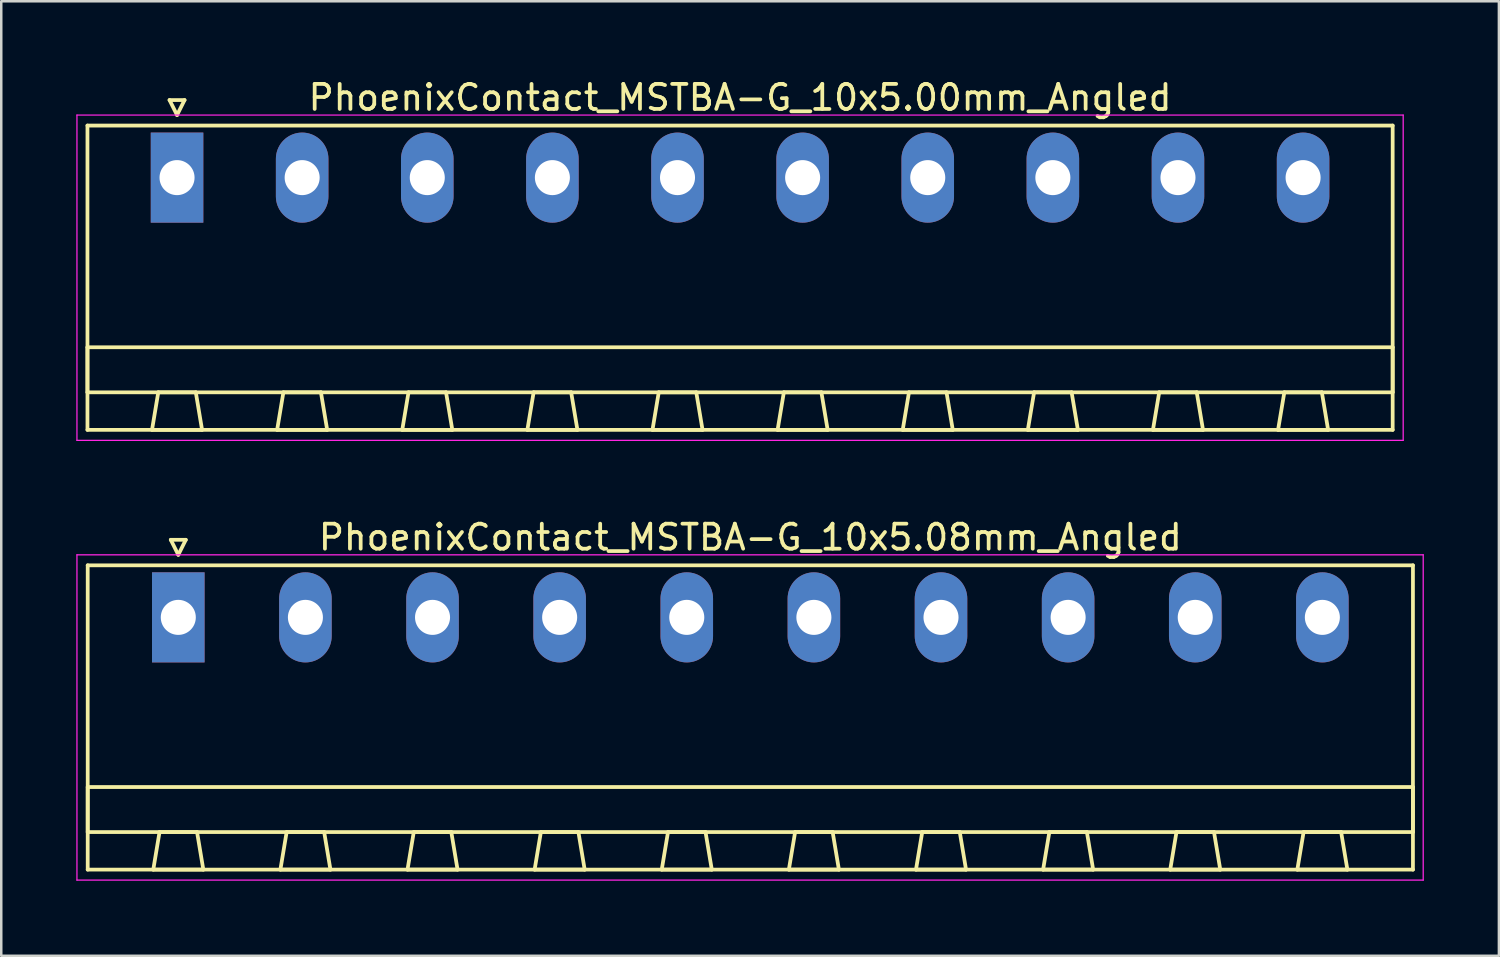
<source format=kicad_pcb>
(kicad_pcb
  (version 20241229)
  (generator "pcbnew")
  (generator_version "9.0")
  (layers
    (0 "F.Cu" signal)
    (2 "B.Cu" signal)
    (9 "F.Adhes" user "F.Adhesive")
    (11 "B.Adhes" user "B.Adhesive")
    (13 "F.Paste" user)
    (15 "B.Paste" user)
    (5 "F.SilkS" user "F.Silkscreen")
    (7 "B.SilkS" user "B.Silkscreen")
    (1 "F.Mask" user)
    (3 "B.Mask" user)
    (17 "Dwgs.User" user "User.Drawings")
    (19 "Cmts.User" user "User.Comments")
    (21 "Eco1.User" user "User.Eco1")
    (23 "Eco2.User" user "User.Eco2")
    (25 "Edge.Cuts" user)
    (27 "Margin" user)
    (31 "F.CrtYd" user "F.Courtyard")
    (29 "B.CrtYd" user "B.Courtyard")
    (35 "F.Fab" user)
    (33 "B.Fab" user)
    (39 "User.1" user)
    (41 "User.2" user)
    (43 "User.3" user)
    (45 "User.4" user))
  (footprint "PhoenixContact_MSTBA-G_10x5.00mm_Angled"
    (layer "F.Cu")
    (at 4.025 4.048)
    (property "Reference" "PhoenixContact_MSTBA-G_10x5.00mm_Angled" (at 22.5 -3.2 0) (layer "F.SilkS") (effects (font (size 1 1) (thickness 0.15))))
    (attr through_hole)
    (fp_line (start -3.58 -2.08) (end -3.58 10.08) (stroke (width 0.15) (type solid)) (layer "F.SilkS"))
    (fp_line (start -3.58 6.78) (end 48.58 6.78) (stroke (width 0.15) (type solid)) (layer "F.SilkS"))
    (fp_line (start -3.58 8.58) (end -3.58 6.78) (stroke (width 0.15) (type solid)) (layer "F.SilkS"))
    (fp_line (start -3.58 10.08) (end 48.58 10.08) (stroke (width 0.15) (type solid)) (layer "F.SilkS"))
    (fp_line (start -1 10.08) (end 1 10.08) (stroke (width 0.15) (type solid)) (layer "F.SilkS"))
    (fp_line (start -0.75 8.58) (end -1 10.08) (stroke (width 0.15) (type solid)) (layer "F.SilkS"))
    (fp_line (start -0.3 -3.1) (end 0 -2.5) (stroke (width 0.15) (type solid)) (layer "F.SilkS"))
    (fp_line (start 0 -2.5) (end 0.3 -3.1) (stroke (width 0.15) (type solid)) (layer "F.SilkS"))
    (fp_line (start 0.3 -3.1) (end -0.3 -3.1) (stroke (width 0.15) (type solid)) (layer "F.SilkS"))
    (fp_line (start 0.75 8.58) (end -0.75 8.58) (stroke (width 0.15) (type solid)) (layer "F.SilkS"))
    (fp_line (start 1 10.08) (end 0.75 8.58) (stroke (width 0.15) (type solid)) (layer "F.SilkS"))
    (fp_line (start 4 10.08) (end 6 10.08) (stroke (width 0.15) (type solid)) (layer "F.SilkS"))
    (fp_line (start 4.25 8.58) (end 4 10.08) (stroke (width 0.15) (type solid)) (layer "F.SilkS"))
    (fp_line (start 5.75 8.58) (end 4.25 8.58) (stroke (width 0.15) (type solid)) (layer "F.SilkS"))
    (fp_line (start 6 10.08) (end 5.75 8.58) (stroke (width 0.15) (type solid)) (layer "F.SilkS"))
    (fp_line (start 9 10.08) (end 11 10.08) (stroke (width 0.15) (type solid)) (layer "F.SilkS"))
    (fp_line (start 9.25 8.58) (end 9 10.08) (stroke (width 0.15) (type solid)) (layer "F.SilkS"))
    (fp_line (start 10.75 8.58) (end 9.25 8.58) (stroke (width 0.15) (type solid)) (layer "F.SilkS"))
    (fp_line (start 11 10.08) (end 10.75 8.58) (stroke (width 0.15) (type solid)) (layer "F.SilkS"))
    (fp_line (start 14 10.08) (end 16 10.08) (stroke (width 0.15) (type solid)) (layer "F.SilkS"))
    (fp_line (start 14.25 8.58) (end 14 10.08) (stroke (width 0.15) (type solid)) (layer "F.SilkS"))
    (fp_line (start 15.75 8.58) (end 14.25 8.58) (stroke (width 0.15) (type solid)) (layer "F.SilkS"))
    (fp_line (start 16 10.08) (end 15.75 8.58) (stroke (width 0.15) (type solid)) (layer "F.SilkS"))
    (fp_line (start 19 10.08) (end 21 10.08) (stroke (width 0.15) (type solid)) (layer "F.SilkS"))
    (fp_line (start 19.25 8.58) (end 19 10.08) (stroke (width 0.15) (type solid)) (layer "F.SilkS"))
    (fp_line (start 20.75 8.58) (end 19.25 8.58) (stroke (width 0.15) (type solid)) (layer "F.SilkS"))
    (fp_line (start 21 10.08) (end 20.75 8.58) (stroke (width 0.15) (type solid)) (layer "F.SilkS"))
    (fp_line (start 24 10.08) (end 26 10.08) (stroke (width 0.15) (type solid)) (layer "F.SilkS"))
    (fp_line (start 24.25 8.58) (end 24 10.08) (stroke (width 0.15) (type solid)) (layer "F.SilkS"))
    (fp_line (start 25.75 8.58) (end 24.25 8.58) (stroke (width 0.15) (type solid)) (layer "F.SilkS"))
    (fp_line (start 26 10.08) (end 25.75 8.58) (stroke (width 0.15) (type solid)) (layer "F.SilkS"))
    (fp_line (start 29 10.08) (end 31 10.08) (stroke (width 0.15) (type solid)) (layer "F.SilkS"))
    (fp_line (start 29.25 8.58) (end 29 10.08) (stroke (width 0.15) (type solid)) (layer "F.SilkS"))
    (fp_line (start 30.75 8.58) (end 29.25 8.58) (stroke (width 0.15) (type solid)) (layer "F.SilkS"))
    (fp_line (start 31 10.08) (end 30.75 8.58) (stroke (width 0.15) (type solid)) (layer "F.SilkS"))
    (fp_line (start 34 10.08) (end 36 10.08) (stroke (width 0.15) (type solid)) (layer "F.SilkS"))
    (fp_line (start 34.25 8.58) (end 34 10.08) (stroke (width 0.15) (type solid)) (layer "F.SilkS"))
    (fp_line (start 35.75 8.58) (end 34.25 8.58) (stroke (width 0.15) (type solid)) (layer "F.SilkS"))
    (fp_line (start 36 10.08) (end 35.75 8.58) (stroke (width 0.15) (type solid)) (layer "F.SilkS"))
    (fp_line (start 39 10.08) (end 41 10.08) (stroke (width 0.15) (type solid)) (layer "F.SilkS"))
    (fp_line (start 39.25 8.58) (end 39 10.08) (stroke (width 0.15) (type solid)) (layer "F.SilkS"))
    (fp_line (start 40.75 8.58) (end 39.25 8.58) (stroke (width 0.15) (type solid)) (layer "F.SilkS"))
    (fp_line (start 41 10.08) (end 40.75 8.58) (stroke (width 0.15) (type solid)) (layer "F.SilkS"))
    (fp_line (start 44 10.08) (end 46 10.08) (stroke (width 0.15) (type solid)) (layer "F.SilkS"))
    (fp_line (start 44.25 8.58) (end 44 10.08) (stroke (width 0.15) (type solid)) (layer "F.SilkS"))
    (fp_line (start 45.75 8.58) (end 44.25 8.58) (stroke (width 0.15) (type solid)) (layer "F.SilkS"))
    (fp_line (start 46 10.08) (end 45.75 8.58) (stroke (width 0.15) (type solid)) (layer "F.SilkS"))
    (fp_line (start 48.58 -2.08) (end -3.58 -2.08) (stroke (width 0.15) (type solid)) (layer "F.SilkS"))
    (fp_line (start 48.58 6.78) (end 48.58 8.58) (stroke (width 0.15) (type solid)) (layer "F.SilkS"))
    (fp_line (start 48.58 8.58) (end -3.58 8.58) (stroke (width 0.15) (type solid)) (layer "F.SilkS"))
    (fp_line (start 48.58 10.08) (end 48.58 -2.08) (stroke (width 0.15) (type solid)) (layer "F.SilkS"))
    (fp_line (start -4 -2.5) (end -4 10.5) (stroke (width 0.05) (type solid)) (layer "F.CrtYd"))
    (fp_line (start -4 10.5) (end 49 10.5) (stroke (width 0.05) (type solid)) (layer "F.CrtYd"))
    (fp_line (start 49 -2.5) (end -4 -2.5) (stroke (width 0.05) (type solid)) (layer "F.CrtYd"))
    (fp_line (start 49 10.5) (end 49 -2.5) (stroke (width 0.05) (type solid)) (layer "F.CrtYd"))
    (pad "1" thru_hole rect (at 0 0) (size 2.1 3.6) (drill 1.4) (layers "*.Cu" "*.Mask"))
    (pad "2" thru_hole oval (at 5 0) (size 2.1 3.6) (drill 1.4) (layers "*.Cu" "*.Mask"))
    (pad "3" thru_hole oval (at 10 0) (size 2.1 3.6) (drill 1.4) (layers "*.Cu" "*.Mask"))
    (pad "4" thru_hole oval (at 15 0) (size 2.1 3.6) (drill 1.4) (layers "*.Cu" "*.Mask"))
    (pad "5" thru_hole oval (at 20 0) (size 2.1 3.6) (drill 1.4) (layers "*.Cu" "*.Mask"))
    (pad "6" thru_hole oval (at 25 0) (size 2.1 3.6) (drill 1.4) (layers "*.Cu" "*.Mask"))
    (pad "7" thru_hole oval (at 30 0) (size 2.1 3.6) (drill 1.4) (layers "*.Cu" "*.Mask"))
    (pad "8" thru_hole oval (at 35 0) (size 2.1 3.6) (drill 1.4) (layers "*.Cu" "*.Mask"))
    (pad "9" thru_hole oval (at 40 0) (size 2.1 3.6) (drill 1.4) (layers "*.Cu" "*.Mask"))
    (pad "10" thru_hole oval (at 45 0) (size 2.1 3.6) (drill 1.4) (layers "*.Cu" "*.Mask")))
  (footprint "PhoenixContact_MSTBA-G_10x5.08mm_Angled"
    (layer "F.Cu")
    (at 4.075 21.622)
    (property "Reference" "PhoenixContact_MSTBA-G_10x5.08mm_Angled" (at 22.86 -3.2 0) (layer "F.SilkS") (effects (font (size 1 1) (thickness 0.15))))
    (attr through_hole)
    (fp_line (start -3.62 -2.08) (end -3.62 10.08) (stroke (width 0.15) (type solid)) (layer "F.SilkS"))
    (fp_line (start -3.62 6.78) (end 49.34 6.78) (stroke (width 0.15) (type solid)) (layer "F.SilkS"))
    (fp_line (start -3.62 8.58) (end -3.62 6.78) (stroke (width 0.15) (type solid)) (layer "F.SilkS"))
    (fp_line (start -3.62 10.08) (end 49.34 10.08) (stroke (width 0.15) (type solid)) (layer "F.SilkS"))
    (fp_line (start -1 10.08) (end 1 10.08) (stroke (width 0.15) (type solid)) (layer "F.SilkS"))
    (fp_line (start -0.75 8.58) (end -1 10.08) (stroke (width 0.15) (type solid)) (layer "F.SilkS"))
    (fp_line (start -0.3 -3.1) (end 0 -2.5) (stroke (width 0.15) (type solid)) (layer "F.SilkS"))
    (fp_line (start 0 -2.5) (end 0.3 -3.1) (stroke (width 0.15) (type solid)) (layer "F.SilkS"))
    (fp_line (start 0.3 -3.1) (end -0.3 -3.1) (stroke (width 0.15) (type solid)) (layer "F.SilkS"))
    (fp_line (start 0.75 8.58) (end -0.75 8.58) (stroke (width 0.15) (type solid)) (layer "F.SilkS"))
    (fp_line (start 1 10.08) (end 0.75 8.58) (stroke (width 0.15) (type solid)) (layer "F.SilkS"))
    (fp_line (start 4.08 10.08) (end 6.08 10.08) (stroke (width 0.15) (type solid)) (layer "F.SilkS"))
    (fp_line (start 4.33 8.58) (end 4.08 10.08) (stroke (width 0.15) (type solid)) (layer "F.SilkS"))
    (fp_line (start 5.83 8.58) (end 4.33 8.58) (stroke (width 0.15) (type solid)) (layer "F.SilkS"))
    (fp_line (start 6.08 10.08) (end 5.83 8.58) (stroke (width 0.15) (type solid)) (layer "F.SilkS"))
    (fp_line (start 9.16 10.08) (end 11.16 10.08) (stroke (width 0.15) (type solid)) (layer "F.SilkS"))
    (fp_line (start 9.41 8.58) (end 9.16 10.08) (stroke (width 0.15) (type solid)) (layer "F.SilkS"))
    (fp_line (start 10.91 8.58) (end 9.41 8.58) (stroke (width 0.15) (type solid)) (layer "F.SilkS"))
    (fp_line (start 11.16 10.08) (end 10.91 8.58) (stroke (width 0.15) (type solid)) (layer "F.SilkS"))
    (fp_line (start 14.24 10.08) (end 16.24 10.08) (stroke (width 0.15) (type solid)) (layer "F.SilkS"))
    (fp_line (start 14.49 8.58) (end 14.24 10.08) (stroke (width 0.15) (type solid)) (layer "F.SilkS"))
    (fp_line (start 15.99 8.58) (end 14.49 8.58) (stroke (width 0.15) (type solid)) (layer "F.SilkS"))
    (fp_line (start 16.24 10.08) (end 15.99 8.58) (stroke (width 0.15) (type solid)) (layer "F.SilkS"))
    (fp_line (start 19.32 10.08) (end 21.32 10.08) (stroke (width 0.15) (type solid)) (layer "F.SilkS"))
    (fp_line (start 19.57 8.58) (end 19.32 10.08) (stroke (width 0.15) (type solid)) (layer "F.SilkS"))
    (fp_line (start 21.07 8.58) (end 19.57 8.58) (stroke (width 0.15) (type solid)) (layer "F.SilkS"))
    (fp_line (start 21.32 10.08) (end 21.07 8.58) (stroke (width 0.15) (type solid)) (layer "F.SilkS"))
    (fp_line (start 24.4 10.08) (end 26.4 10.08) (stroke (width 0.15) (type solid)) (layer "F.SilkS"))
    (fp_line (start 24.65 8.58) (end 24.4 10.08) (stroke (width 0.15) (type solid)) (layer "F.SilkS"))
    (fp_line (start 26.15 8.58) (end 24.65 8.58) (stroke (width 0.15) (type solid)) (layer "F.SilkS"))
    (fp_line (start 26.4 10.08) (end 26.15 8.58) (stroke (width 0.15) (type solid)) (layer "F.SilkS"))
    (fp_line (start 29.48 10.08) (end 31.48 10.08) (stroke (width 0.15) (type solid)) (layer "F.SilkS"))
    (fp_line (start 29.73 8.58) (end 29.48 10.08) (stroke (width 0.15) (type solid)) (layer "F.SilkS"))
    (fp_line (start 31.23 8.58) (end 29.73 8.58) (stroke (width 0.15) (type solid)) (layer "F.SilkS"))
    (fp_line (start 31.48 10.08) (end 31.23 8.58) (stroke (width 0.15) (type solid)) (layer "F.SilkS"))
    (fp_line (start 34.56 10.08) (end 36.56 10.08) (stroke (width 0.15) (type solid)) (layer "F.SilkS"))
    (fp_line (start 34.81 8.58) (end 34.56 10.08) (stroke (width 0.15) (type solid)) (layer "F.SilkS"))
    (fp_line (start 36.31 8.58) (end 34.81 8.58) (stroke (width 0.15) (type solid)) (layer "F.SilkS"))
    (fp_line (start 36.56 10.08) (end 36.31 8.58) (stroke (width 0.15) (type solid)) (layer "F.SilkS"))
    (fp_line (start 39.64 10.08) (end 41.64 10.08) (stroke (width 0.15) (type solid)) (layer "F.SilkS"))
    (fp_line (start 39.89 8.58) (end 39.64 10.08) (stroke (width 0.15) (type solid)) (layer "F.SilkS"))
    (fp_line (start 41.39 8.58) (end 39.89 8.58) (stroke (width 0.15) (type solid)) (layer "F.SilkS"))
    (fp_line (start 41.64 10.08) (end 41.39 8.58) (stroke (width 0.15) (type solid)) (layer "F.SilkS"))
    (fp_line (start 44.72 10.08) (end 46.72 10.08) (stroke (width 0.15) (type solid)) (layer "F.SilkS"))
    (fp_line (start 44.97 8.58) (end 44.72 10.08) (stroke (width 0.15) (type solid)) (layer "F.SilkS"))
    (fp_line (start 46.47 8.58) (end 44.97 8.58) (stroke (width 0.15) (type solid)) (layer "F.SilkS"))
    (fp_line (start 46.72 10.08) (end 46.47 8.58) (stroke (width 0.15) (type solid)) (layer "F.SilkS"))
    (fp_line (start 49.34 -2.08) (end -3.62 -2.08) (stroke (width 0.15) (type solid)) (layer "F.SilkS"))
    (fp_line (start 49.34 6.78) (end 49.34 8.58) (stroke (width 0.15) (type solid)) (layer "F.SilkS"))
    (fp_line (start 49.34 8.58) (end -3.62 8.58) (stroke (width 0.15) (type solid)) (layer "F.SilkS"))
    (fp_line (start 49.34 10.08) (end 49.34 -2.08) (stroke (width 0.15) (type solid)) (layer "F.SilkS"))
    (fp_line (start -4.05 -2.5) (end -4.05 10.5) (stroke (width 0.05) (type solid)) (layer "F.CrtYd"))
    (fp_line (start -4.05 10.5) (end 49.75 10.5) (stroke (width 0.05) (type solid)) (layer "F.CrtYd"))
    (fp_line (start 49.75 -2.5) (end -4.05 -2.5) (stroke (width 0.05) (type solid)) (layer "F.CrtYd"))
    (fp_line (start 49.75 10.5) (end 49.75 -2.5) (stroke (width 0.05) (type solid)) (layer "F.CrtYd"))
    (pad "1" thru_hole rect (at 0 0) (size 2.1 3.6) (drill 1.4) (layers "*.Cu" "*.Mask"))
    (pad "2" thru_hole oval (at 5.08 0) (size 2.1 3.6) (drill 1.4) (layers "*.Cu" "*.Mask"))
    (pad "3" thru_hole oval (at 10.16 0) (size 2.1 3.6) (drill 1.4) (layers "*.Cu" "*.Mask"))
    (pad "4" thru_hole oval (at 15.24 0) (size 2.1 3.6) (drill 1.4) (layers "*.Cu" "*.Mask"))
    (pad "5" thru_hole oval (at 20.32 0) (size 2.1 3.6) (drill 1.4) (layers "*.Cu" "*.Mask"))
    (pad "6" thru_hole oval (at 25.4 0) (size 2.1 3.6) (drill 1.4) (layers "*.Cu" "*.Mask"))
    (pad "7" thru_hole oval (at 30.48 0) (size 2.1 3.6) (drill 1.4) (layers "*.Cu" "*.Mask"))
    (pad "8" thru_hole oval (at 35.56 0) (size 2.1 3.6) (drill 1.4) (layers "*.Cu" "*.Mask"))
    (pad "9" thru_hole oval (at 40.64 0) (size 2.1 3.6) (drill 1.4) (layers "*.Cu" "*.Mask"))
    (pad "10" thru_hole oval (at 45.72 0) (size 2.1 3.6) (drill 1.4) (layers "*.Cu" "*.Mask")))
  (gr_rect
    (start -3 -3)
    (end 56.85 35.147)
    (stroke (width 0.1) (type default))
    (fill no)
    (layer "Edge.Cuts")))
</source>
